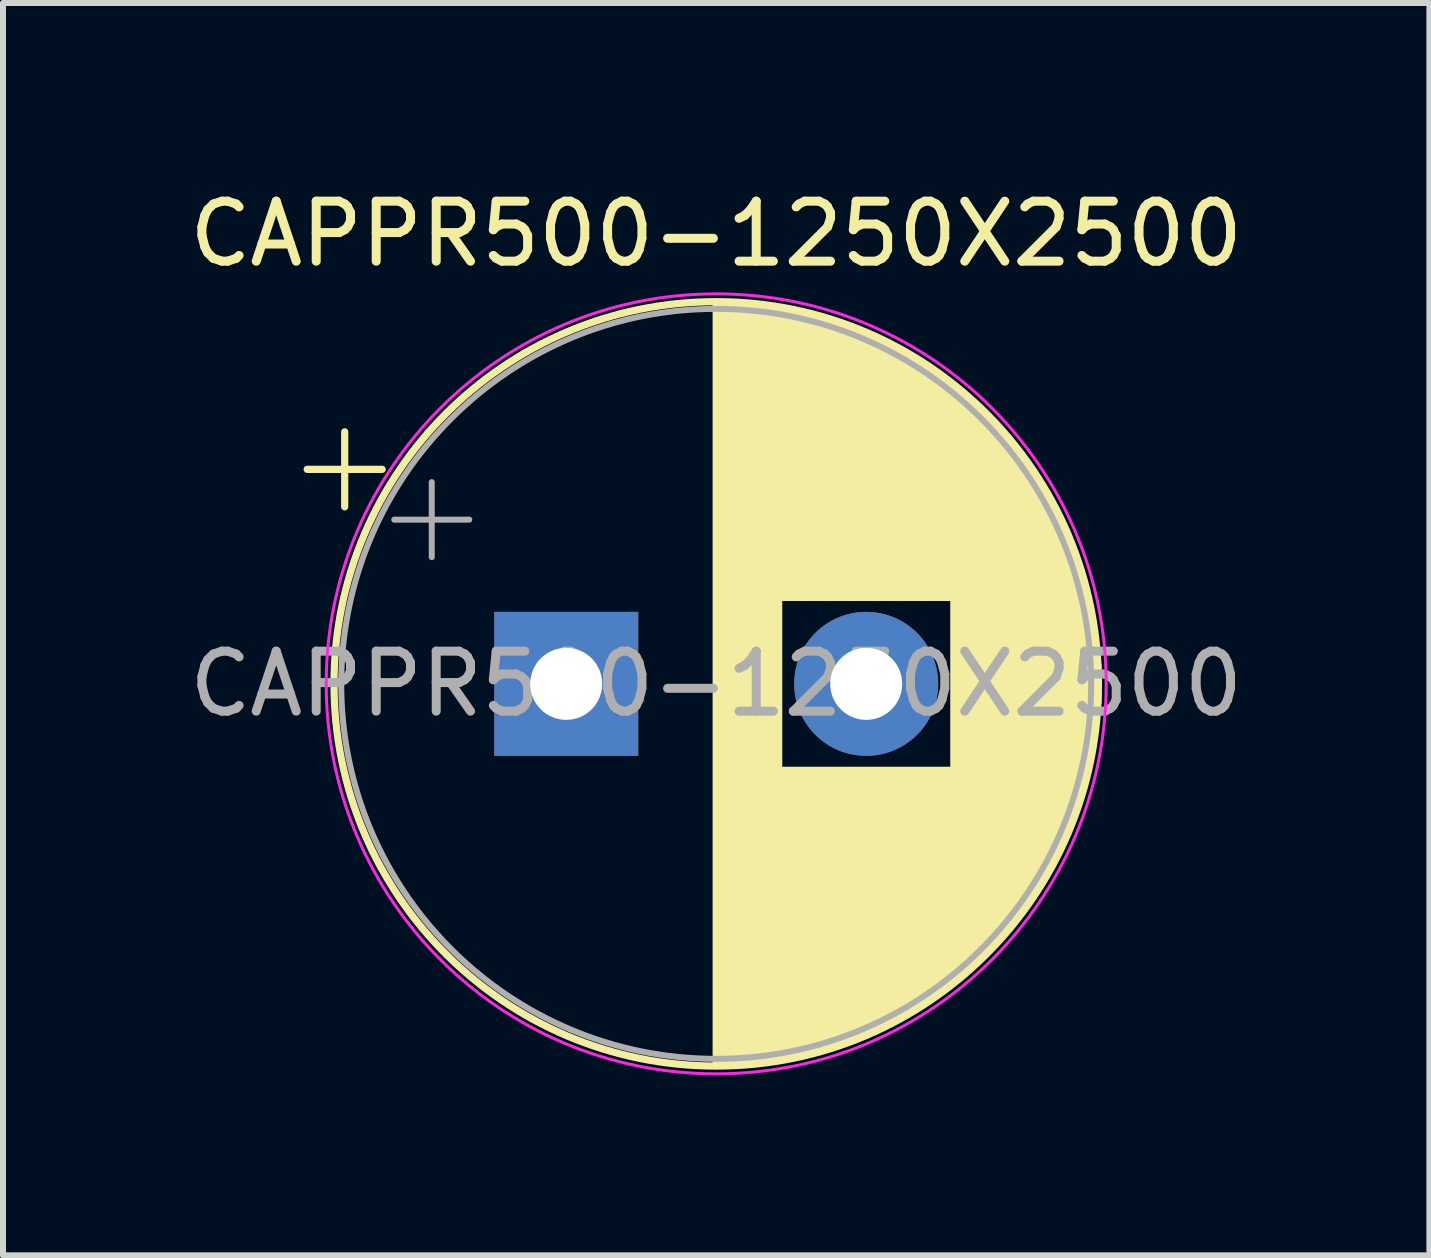
<source format=kicad_pcb>
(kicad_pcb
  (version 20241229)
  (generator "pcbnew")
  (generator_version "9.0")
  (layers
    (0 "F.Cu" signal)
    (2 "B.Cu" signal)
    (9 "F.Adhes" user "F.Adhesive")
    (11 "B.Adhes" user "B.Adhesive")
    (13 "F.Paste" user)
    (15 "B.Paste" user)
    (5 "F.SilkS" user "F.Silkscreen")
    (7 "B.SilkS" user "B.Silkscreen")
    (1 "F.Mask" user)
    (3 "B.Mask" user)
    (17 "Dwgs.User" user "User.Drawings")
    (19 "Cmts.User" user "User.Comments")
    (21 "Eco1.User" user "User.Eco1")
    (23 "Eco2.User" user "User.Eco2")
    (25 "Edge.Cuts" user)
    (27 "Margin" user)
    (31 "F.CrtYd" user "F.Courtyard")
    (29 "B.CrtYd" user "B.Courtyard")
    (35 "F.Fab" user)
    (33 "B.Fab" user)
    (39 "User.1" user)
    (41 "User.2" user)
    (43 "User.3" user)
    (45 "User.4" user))
  (footprint "CAPPR500-1250X2500"
    (layer "F.Cu")
    (at 6.387 8.348)
    (property "Reference" "CAPPR500-1250X2500" (at 2.5 -7.5 0) (layer "F.SilkS") (effects (font (size 1 1) (thickness 0.15))))
    (attr through_hole)
    (fp_line (start -4.317 -3.575) (end -3.067 -3.575) (stroke (width 0.12) (type solid)) (layer "F.SilkS"))
    (fp_line (start -3.692 -4.2) (end -3.692 -2.95) (stroke (width 0.12) (type solid)) (layer "F.SilkS"))
    (fp_line (start 2.5 -6.33) (end 2.5 6.33) (stroke (width 0.12) (type solid)) (layer "F.SilkS"))
    (fp_line (start 2.54 -6.33) (end 2.54 6.33) (stroke (width 0.12) (type solid)) (layer "F.SilkS"))
    (fp_line (start 2.58 -6.33) (end 2.58 6.33) (stroke (width 0.12) (type solid)) (layer "F.SilkS"))
    (fp_line (start 2.62 -6.329) (end 2.62 6.329) (stroke (width 0.12) (type solid)) (layer "F.SilkS"))
    (fp_line (start 2.66 -6.328) (end 2.66 6.328) (stroke (width 0.12) (type solid)) (layer "F.SilkS"))
    (fp_line (start 2.7 -6.327) (end 2.7 6.327) (stroke (width 0.12) (type solid)) (layer "F.SilkS"))
    (fp_line (start 2.74 -6.326) (end 2.74 6.326) (stroke (width 0.12) (type solid)) (layer "F.SilkS"))
    (fp_line (start 2.78 -6.324) (end 2.78 6.324) (stroke (width 0.12) (type solid)) (layer "F.SilkS"))
    (fp_line (start 2.82 -6.322) (end 2.82 6.322) (stroke (width 0.12) (type solid)) (layer "F.SilkS"))
    (fp_line (start 2.86 -6.32) (end 2.86 6.32) (stroke (width 0.12) (type solid)) (layer "F.SilkS"))
    (fp_line (start 2.9 -6.318) (end 2.9 6.318) (stroke (width 0.12) (type solid)) (layer "F.SilkS"))
    (fp_line (start 2.94 -6.315) (end 2.94 6.315) (stroke (width 0.12) (type solid)) (layer "F.SilkS"))
    (fp_line (start 2.98 -6.312) (end 2.98 6.312) (stroke (width 0.12) (type solid)) (layer "F.SilkS"))
    (fp_line (start 3.02 -6.309) (end 3.02 6.309) (stroke (width 0.12) (type solid)) (layer "F.SilkS"))
    (fp_line (start 3.06 -6.306) (end 3.06 6.306) (stroke (width 0.12) (type solid)) (layer "F.SilkS"))
    (fp_line (start 3.1 -6.302) (end 3.1 6.302) (stroke (width 0.12) (type solid)) (layer "F.SilkS"))
    (fp_line (start 3.14 -6.298) (end 3.14 6.298) (stroke (width 0.12) (type solid)) (layer "F.SilkS"))
    (fp_line (start 3.18 -6.294) (end 3.18 6.294) (stroke (width 0.12) (type solid)) (layer "F.SilkS"))
    (fp_line (start 3.221 -6.29) (end 3.221 6.29) (stroke (width 0.12) (type solid)) (layer "F.SilkS"))
    (fp_line (start 3.261 -6.285) (end 3.261 6.285) (stroke (width 0.12) (type solid)) (layer "F.SilkS"))
    (fp_line (start 3.301 -6.28) (end 3.301 6.28) (stroke (width 0.12) (type solid)) (layer "F.SilkS"))
    (fp_line (start 3.341 -6.275) (end 3.341 6.275) (stroke (width 0.12) (type solid)) (layer "F.SilkS"))
    (fp_line (start 3.381 -6.269) (end 3.381 6.269) (stroke (width 0.12) (type solid)) (layer "F.SilkS"))
    (fp_line (start 3.421 -6.264) (end 3.421 6.264) (stroke (width 0.12) (type solid)) (layer "F.SilkS"))
    (fp_line (start 3.461 -6.258) (end 3.461 6.258) (stroke (width 0.12) (type solid)) (layer "F.SilkS"))
    (fp_line (start 3.501 -6.252) (end 3.501 6.252) (stroke (width 0.12) (type solid)) (layer "F.SilkS"))
    (fp_line (start 3.541 -6.245) (end 3.541 6.245) (stroke (width 0.12) (type solid)) (layer "F.SilkS"))
    (fp_line (start 3.581 -6.238) (end 3.581 -1.44) (stroke (width 0.12) (type solid)) (layer "F.SilkS"))
    (fp_line (start 3.581 1.44) (end 3.581 6.238) (stroke (width 0.12) (type solid)) (layer "F.SilkS"))
    (fp_line (start 3.621 -6.231) (end 3.621 -1.44) (stroke (width 0.12) (type solid)) (layer "F.SilkS"))
    (fp_line (start 3.621 1.44) (end 3.621 6.231) (stroke (width 0.12) (type solid)) (layer "F.SilkS"))
    (fp_line (start 3.661 -6.224) (end 3.661 -1.44) (stroke (width 0.12) (type solid)) (layer "F.SilkS"))
    (fp_line (start 3.661 1.44) (end 3.661 6.224) (stroke (width 0.12) (type solid)) (layer "F.SilkS"))
    (fp_line (start 3.701 -6.216) (end 3.701 -1.44) (stroke (width 0.12) (type solid)) (layer "F.SilkS"))
    (fp_line (start 3.701 1.44) (end 3.701 6.216) (stroke (width 0.12) (type solid)) (layer "F.SilkS"))
    (fp_line (start 3.741 -6.209) (end 3.741 -1.44) (stroke (width 0.12) (type solid)) (layer "F.SilkS"))
    (fp_line (start 3.741 1.44) (end 3.741 6.209) (stroke (width 0.12) (type solid)) (layer "F.SilkS"))
    (fp_line (start 3.781 -6.201) (end 3.781 -1.44) (stroke (width 0.12) (type solid)) (layer "F.SilkS"))
    (fp_line (start 3.781 1.44) (end 3.781 6.201) (stroke (width 0.12) (type solid)) (layer "F.SilkS"))
    (fp_line (start 3.821 -6.192) (end 3.821 -1.44) (stroke (width 0.12) (type solid)) (layer "F.SilkS"))
    (fp_line (start 3.821 1.44) (end 3.821 6.192) (stroke (width 0.12) (type solid)) (layer "F.SilkS"))
    (fp_line (start 3.861 -6.184) (end 3.861 -1.44) (stroke (width 0.12) (type solid)) (layer "F.SilkS"))
    (fp_line (start 3.861 1.44) (end 3.861 6.184) (stroke (width 0.12) (type solid)) (layer "F.SilkS"))
    (fp_line (start 3.901 -6.175) (end 3.901 -1.44) (stroke (width 0.12) (type solid)) (layer "F.SilkS"))
    (fp_line (start 3.901 1.44) (end 3.901 6.175) (stroke (width 0.12) (type solid)) (layer "F.SilkS"))
    (fp_line (start 3.941 -6.166) (end 3.941 -1.44) (stroke (width 0.12) (type solid)) (layer "F.SilkS"))
    (fp_line (start 3.941 1.44) (end 3.941 6.166) (stroke (width 0.12) (type solid)) (layer "F.SilkS"))
    (fp_line (start 3.981 -6.156) (end 3.981 -1.44) (stroke (width 0.12) (type solid)) (layer "F.SilkS"))
    (fp_line (start 3.981 1.44) (end 3.981 6.156) (stroke (width 0.12) (type solid)) (layer "F.SilkS"))
    (fp_line (start 4.021 -6.146) (end 4.021 -1.44) (stroke (width 0.12) (type solid)) (layer "F.SilkS"))
    (fp_line (start 4.021 1.44) (end 4.021 6.146) (stroke (width 0.12) (type solid)) (layer "F.SilkS"))
    (fp_line (start 4.061 -6.137) (end 4.061 -1.44) (stroke (width 0.12) (type solid)) (layer "F.SilkS"))
    (fp_line (start 4.061 1.44) (end 4.061 6.137) (stroke (width 0.12) (type solid)) (layer "F.SilkS"))
    (fp_line (start 4.101 -6.126) (end 4.101 -1.44) (stroke (width 0.12) (type solid)) (layer "F.SilkS"))
    (fp_line (start 4.101 1.44) (end 4.101 6.126) (stroke (width 0.12) (type solid)) (layer "F.SilkS"))
    (fp_line (start 4.141 -6.116) (end 4.141 -1.44) (stroke (width 0.12) (type solid)) (layer "F.SilkS"))
    (fp_line (start 4.141 1.44) (end 4.141 6.116) (stroke (width 0.12) (type solid)) (layer "F.SilkS"))
    (fp_line (start 4.181 -6.105) (end 4.181 -1.44) (stroke (width 0.12) (type solid)) (layer "F.SilkS"))
    (fp_line (start 4.181 1.44) (end 4.181 6.105) (stroke (width 0.12) (type solid)) (layer "F.SilkS"))
    (fp_line (start 4.221 -6.094) (end 4.221 -1.44) (stroke (width 0.12) (type solid)) (layer "F.SilkS"))
    (fp_line (start 4.221 1.44) (end 4.221 6.094) (stroke (width 0.12) (type solid)) (layer "F.SilkS"))
    (fp_line (start 4.261 -6.083) (end 4.261 -1.44) (stroke (width 0.12) (type solid)) (layer "F.SilkS"))
    (fp_line (start 4.261 1.44) (end 4.261 6.083) (stroke (width 0.12) (type solid)) (layer "F.SilkS"))
    (fp_line (start 4.301 -6.071) (end 4.301 -1.44) (stroke (width 0.12) (type solid)) (layer "F.SilkS"))
    (fp_line (start 4.301 1.44) (end 4.301 6.071) (stroke (width 0.12) (type solid)) (layer "F.SilkS"))
    (fp_line (start 4.341 -6.059) (end 4.341 -1.44) (stroke (width 0.12) (type solid)) (layer "F.SilkS"))
    (fp_line (start 4.341 1.44) (end 4.341 6.059) (stroke (width 0.12) (type solid)) (layer "F.SilkS"))
    (fp_line (start 4.381 -6.047) (end 4.381 -1.44) (stroke (width 0.12) (type solid)) (layer "F.SilkS"))
    (fp_line (start 4.381 1.44) (end 4.381 6.047) (stroke (width 0.12) (type solid)) (layer "F.SilkS"))
    (fp_line (start 4.421 -6.034) (end 4.421 -1.44) (stroke (width 0.12) (type solid)) (layer "F.SilkS"))
    (fp_line (start 4.421 1.44) (end 4.421 6.034) (stroke (width 0.12) (type solid)) (layer "F.SilkS"))
    (fp_line (start 4.461 -6.021) (end 4.461 -1.44) (stroke (width 0.12) (type solid)) (layer "F.SilkS"))
    (fp_line (start 4.461 1.44) (end 4.461 6.021) (stroke (width 0.12) (type solid)) (layer "F.SilkS"))
    (fp_line (start 4.501 -6.008) (end 4.501 -1.44) (stroke (width 0.12) (type solid)) (layer "F.SilkS"))
    (fp_line (start 4.501 1.44) (end 4.501 6.008) (stroke (width 0.12) (type solid)) (layer "F.SilkS"))
    (fp_line (start 4.541 -5.995) (end 4.541 -1.44) (stroke (width 0.12) (type solid)) (layer "F.SilkS"))
    (fp_line (start 4.541 1.44) (end 4.541 5.995) (stroke (width 0.12) (type solid)) (layer "F.SilkS"))
    (fp_line (start 4.581 -5.981) (end 4.581 -1.44) (stroke (width 0.12) (type solid)) (layer "F.SilkS"))
    (fp_line (start 4.581 1.44) (end 4.581 5.981) (stroke (width 0.12) (type solid)) (layer "F.SilkS"))
    (fp_line (start 4.621 -5.967) (end 4.621 -1.44) (stroke (width 0.12) (type solid)) (layer "F.SilkS"))
    (fp_line (start 4.621 1.44) (end 4.621 5.967) (stroke (width 0.12) (type solid)) (layer "F.SilkS"))
    (fp_line (start 4.661 -5.953) (end 4.661 -1.44) (stroke (width 0.12) (type solid)) (layer "F.SilkS"))
    (fp_line (start 4.661 1.44) (end 4.661 5.953) (stroke (width 0.12) (type solid)) (layer "F.SilkS"))
    (fp_line (start 4.701 -5.939) (end 4.701 -1.44) (stroke (width 0.12) (type solid)) (layer "F.SilkS"))
    (fp_line (start 4.701 1.44) (end 4.701 5.939) (stroke (width 0.12) (type solid)) (layer "F.SilkS"))
    (fp_line (start 4.741 -5.924) (end 4.741 -1.44) (stroke (width 0.12) (type solid)) (layer "F.SilkS"))
    (fp_line (start 4.741 1.44) (end 4.741 5.924) (stroke (width 0.12) (type solid)) (layer "F.SilkS"))
    (fp_line (start 4.781 -5.908) (end 4.781 -1.44) (stroke (width 0.12) (type solid)) (layer "F.SilkS"))
    (fp_line (start 4.781 1.44) (end 4.781 5.908) (stroke (width 0.12) (type solid)) (layer "F.SilkS"))
    (fp_line (start 4.821 -5.893) (end 4.821 -1.44) (stroke (width 0.12) (type solid)) (layer "F.SilkS"))
    (fp_line (start 4.821 1.44) (end 4.821 5.893) (stroke (width 0.12) (type solid)) (layer "F.SilkS"))
    (fp_line (start 4.861 -5.877) (end 4.861 -1.44) (stroke (width 0.12) (type solid)) (layer "F.SilkS"))
    (fp_line (start 4.861 1.44) (end 4.861 5.877) (stroke (width 0.12) (type solid)) (layer "F.SilkS"))
    (fp_line (start 4.901 -5.861) (end 4.901 -1.44) (stroke (width 0.12) (type solid)) (layer "F.SilkS"))
    (fp_line (start 4.901 1.44) (end 4.901 5.861) (stroke (width 0.12) (type solid)) (layer "F.SilkS"))
    (fp_line (start 4.941 -5.845) (end 4.941 -1.44) (stroke (width 0.12) (type solid)) (layer "F.SilkS"))
    (fp_line (start 4.941 1.44) (end 4.941 5.845) (stroke (width 0.12) (type solid)) (layer "F.SilkS"))
    (fp_line (start 4.981 -5.828) (end 4.981 -1.44) (stroke (width 0.12) (type solid)) (layer "F.SilkS"))
    (fp_line (start 4.981 1.44) (end 4.981 5.828) (stroke (width 0.12) (type solid)) (layer "F.SilkS"))
    (fp_line (start 5.021 -5.811) (end 5.021 -1.44) (stroke (width 0.12) (type solid)) (layer "F.SilkS"))
    (fp_line (start 5.021 1.44) (end 5.021 5.811) (stroke (width 0.12) (type solid)) (layer "F.SilkS"))
    (fp_line (start 5.061 -5.793) (end 5.061 -1.44) (stroke (width 0.12) (type solid)) (layer "F.SilkS"))
    (fp_line (start 5.061 1.44) (end 5.061 5.793) (stroke (width 0.12) (type solid)) (layer "F.SilkS"))
    (fp_line (start 5.101 -5.776) (end 5.101 -1.44) (stroke (width 0.12) (type solid)) (layer "F.SilkS"))
    (fp_line (start 5.101 1.44) (end 5.101 5.776) (stroke (width 0.12) (type solid)) (layer "F.SilkS"))
    (fp_line (start 5.141 -5.758) (end 5.141 -1.44) (stroke (width 0.12) (type solid)) (layer "F.SilkS"))
    (fp_line (start 5.141 1.44) (end 5.141 5.758) (stroke (width 0.12) (type solid)) (layer "F.SilkS"))
    (fp_line (start 5.181 -5.739) (end 5.181 -1.44) (stroke (width 0.12) (type solid)) (layer "F.SilkS"))
    (fp_line (start 5.181 1.44) (end 5.181 5.739) (stroke (width 0.12) (type solid)) (layer "F.SilkS"))
    (fp_line (start 5.221 -5.721) (end 5.221 -1.44) (stroke (width 0.12) (type solid)) (layer "F.SilkS"))
    (fp_line (start 5.221 1.44) (end 5.221 5.721) (stroke (width 0.12) (type solid)) (layer "F.SilkS"))
    (fp_line (start 5.261 -5.702) (end 5.261 -1.44) (stroke (width 0.12) (type solid)) (layer "F.SilkS"))
    (fp_line (start 5.261 1.44) (end 5.261 5.702) (stroke (width 0.12) (type solid)) (layer "F.SilkS"))
    (fp_line (start 5.301 -5.682) (end 5.301 -1.44) (stroke (width 0.12) (type solid)) (layer "F.SilkS"))
    (fp_line (start 5.301 1.44) (end 5.301 5.682) (stroke (width 0.12) (type solid)) (layer "F.SilkS"))
    (fp_line (start 5.341 -5.662) (end 5.341 -1.44) (stroke (width 0.12) (type solid)) (layer "F.SilkS"))
    (fp_line (start 5.341 1.44) (end 5.341 5.662) (stroke (width 0.12) (type solid)) (layer "F.SilkS"))
    (fp_line (start 5.381 -5.642) (end 5.381 -1.44) (stroke (width 0.12) (type solid)) (layer "F.SilkS"))
    (fp_line (start 5.381 1.44) (end 5.381 5.642) (stroke (width 0.12) (type solid)) (layer "F.SilkS"))
    (fp_line (start 5.421 -5.622) (end 5.421 -1.44) (stroke (width 0.12) (type solid)) (layer "F.SilkS"))
    (fp_line (start 5.421 1.44) (end 5.421 5.622) (stroke (width 0.12) (type solid)) (layer "F.SilkS"))
    (fp_line (start 5.461 -5.601) (end 5.461 -1.44) (stroke (width 0.12) (type solid)) (layer "F.SilkS"))
    (fp_line (start 5.461 1.44) (end 5.461 5.601) (stroke (width 0.12) (type solid)) (layer "F.SilkS"))
    (fp_line (start 5.501 -5.58) (end 5.501 -1.44) (stroke (width 0.12) (type solid)) (layer "F.SilkS"))
    (fp_line (start 5.501 1.44) (end 5.501 5.58) (stroke (width 0.12) (type solid)) (layer "F.SilkS"))
    (fp_line (start 5.541 -5.558) (end 5.541 -1.44) (stroke (width 0.12) (type solid)) (layer "F.SilkS"))
    (fp_line (start 5.541 1.44) (end 5.541 5.558) (stroke (width 0.12) (type solid)) (layer "F.SilkS"))
    (fp_line (start 5.581 -5.536) (end 5.581 -1.44) (stroke (width 0.12) (type solid)) (layer "F.SilkS"))
    (fp_line (start 5.581 1.44) (end 5.581 5.536) (stroke (width 0.12) (type solid)) (layer "F.SilkS"))
    (fp_line (start 5.621 -5.514) (end 5.621 -1.44) (stroke (width 0.12) (type solid)) (layer "F.SilkS"))
    (fp_line (start 5.621 1.44) (end 5.621 5.514) (stroke (width 0.12) (type solid)) (layer "F.SilkS"))
    (fp_line (start 5.661 -5.491) (end 5.661 -1.44) (stroke (width 0.12) (type solid)) (layer "F.SilkS"))
    (fp_line (start 5.661 1.44) (end 5.661 5.491) (stroke (width 0.12) (type solid)) (layer "F.SilkS"))
    (fp_line (start 5.701 -5.468) (end 5.701 -1.44) (stroke (width 0.12) (type solid)) (layer "F.SilkS"))
    (fp_line (start 5.701 1.44) (end 5.701 5.468) (stroke (width 0.12) (type solid)) (layer "F.SilkS"))
    (fp_line (start 5.741 -5.445) (end 5.741 -1.44) (stroke (width 0.12) (type solid)) (layer "F.SilkS"))
    (fp_line (start 5.741 1.44) (end 5.741 5.445) (stroke (width 0.12) (type solid)) (layer "F.SilkS"))
    (fp_line (start 5.781 -5.421) (end 5.781 -1.44) (stroke (width 0.12) (type solid)) (layer "F.SilkS"))
    (fp_line (start 5.781 1.44) (end 5.781 5.421) (stroke (width 0.12) (type solid)) (layer "F.SilkS"))
    (fp_line (start 5.821 -5.397) (end 5.821 -1.44) (stroke (width 0.12) (type solid)) (layer "F.SilkS"))
    (fp_line (start 5.821 1.44) (end 5.821 5.397) (stroke (width 0.12) (type solid)) (layer "F.SilkS"))
    (fp_line (start 5.861 -5.372) (end 5.861 -1.44) (stroke (width 0.12) (type solid)) (layer "F.SilkS"))
    (fp_line (start 5.861 1.44) (end 5.861 5.372) (stroke (width 0.12) (type solid)) (layer "F.SilkS"))
    (fp_line (start 5.901 -5.347) (end 5.901 -1.44) (stroke (width 0.12) (type solid)) (layer "F.SilkS"))
    (fp_line (start 5.901 1.44) (end 5.901 5.347) (stroke (width 0.12) (type solid)) (layer "F.SilkS"))
    (fp_line (start 5.941 -5.322) (end 5.941 -1.44) (stroke (width 0.12) (type solid)) (layer "F.SilkS"))
    (fp_line (start 5.941 1.44) (end 5.941 5.322) (stroke (width 0.12) (type solid)) (layer "F.SilkS"))
    (fp_line (start 5.981 -5.296) (end 5.981 -1.44) (stroke (width 0.12) (type solid)) (layer "F.SilkS"))
    (fp_line (start 5.981 1.44) (end 5.981 5.296) (stroke (width 0.12) (type solid)) (layer "F.SilkS"))
    (fp_line (start 6.021 -5.27) (end 6.021 -1.44) (stroke (width 0.12) (type solid)) (layer "F.SilkS"))
    (fp_line (start 6.021 1.44) (end 6.021 5.27) (stroke (width 0.12) (type solid)) (layer "F.SilkS"))
    (fp_line (start 6.061 -5.243) (end 6.061 -1.44) (stroke (width 0.12) (type solid)) (layer "F.SilkS"))
    (fp_line (start 6.061 1.44) (end 6.061 5.243) (stroke (width 0.12) (type solid)) (layer "F.SilkS"))
    (fp_line (start 6.101 -5.216) (end 6.101 -1.44) (stroke (width 0.12) (type solid)) (layer "F.SilkS"))
    (fp_line (start 6.101 1.44) (end 6.101 5.216) (stroke (width 0.12) (type solid)) (layer "F.SilkS"))
    (fp_line (start 6.141 -5.188) (end 6.141 -1.44) (stroke (width 0.12) (type solid)) (layer "F.SilkS"))
    (fp_line (start 6.141 1.44) (end 6.141 5.188) (stroke (width 0.12) (type solid)) (layer "F.SilkS"))
    (fp_line (start 6.181 -5.16) (end 6.181 -1.44) (stroke (width 0.12) (type solid)) (layer "F.SilkS"))
    (fp_line (start 6.181 1.44) (end 6.181 5.16) (stroke (width 0.12) (type solid)) (layer "F.SilkS"))
    (fp_line (start 6.221 -5.131) (end 6.221 -1.44) (stroke (width 0.12) (type solid)) (layer "F.SilkS"))
    (fp_line (start 6.221 1.44) (end 6.221 5.131) (stroke (width 0.12) (type solid)) (layer "F.SilkS"))
    (fp_line (start 6.261 -5.102) (end 6.261 -1.44) (stroke (width 0.12) (type solid)) (layer "F.SilkS"))
    (fp_line (start 6.261 1.44) (end 6.261 5.102) (stroke (width 0.12) (type solid)) (layer "F.SilkS"))
    (fp_line (start 6.301 -5.073) (end 6.301 -1.44) (stroke (width 0.12) (type solid)) (layer "F.SilkS"))
    (fp_line (start 6.301 1.44) (end 6.301 5.073) (stroke (width 0.12) (type solid)) (layer "F.SilkS"))
    (fp_line (start 6.341 -5.043) (end 6.341 -1.44) (stroke (width 0.12) (type solid)) (layer "F.SilkS"))
    (fp_line (start 6.341 1.44) (end 6.341 5.043) (stroke (width 0.12) (type solid)) (layer "F.SilkS"))
    (fp_line (start 6.381 -5.012) (end 6.381 -1.44) (stroke (width 0.12) (type solid)) (layer "F.SilkS"))
    (fp_line (start 6.381 1.44) (end 6.381 5.012) (stroke (width 0.12) (type solid)) (layer "F.SilkS"))
    (fp_line (start 6.421 -4.982) (end 6.421 -1.44) (stroke (width 0.12) (type solid)) (layer "F.SilkS"))
    (fp_line (start 6.421 1.44) (end 6.421 4.982) (stroke (width 0.12) (type solid)) (layer "F.SilkS"))
    (fp_line (start 6.461 -4.95) (end 6.461 4.95) (stroke (width 0.12) (type solid)) (layer "F.SilkS"))
    (fp_line (start 6.501 -4.918) (end 6.501 4.918) (stroke (width 0.12) (type solid)) (layer "F.SilkS"))
    (fp_line (start 6.541 -4.885) (end 6.541 4.885) (stroke (width 0.12) (type solid)) (layer "F.SilkS"))
    (fp_line (start 6.581 -4.852) (end 6.581 4.852) (stroke (width 0.12) (type solid)) (layer "F.SilkS"))
    (fp_line (start 6.621 -4.819) (end 6.621 4.819) (stroke (width 0.12) (type solid)) (layer "F.SilkS"))
    (fp_line (start 6.661 -4.785) (end 6.661 4.785) (stroke (width 0.12) (type solid)) (layer "F.SilkS"))
    (fp_line (start 6.701 -4.75) (end 6.701 4.75) (stroke (width 0.12) (type solid)) (layer "F.SilkS"))
    (fp_line (start 6.741 -4.714) (end 6.741 4.714) (stroke (width 0.12) (type solid)) (layer "F.SilkS"))
    (fp_line (start 6.781 -4.678) (end 6.781 4.678) (stroke (width 0.12) (type solid)) (layer "F.SilkS"))
    (fp_line (start 6.821 -4.642) (end 6.821 4.642) (stroke (width 0.12) (type solid)) (layer "F.SilkS"))
    (fp_line (start 6.861 -4.605) (end 6.861 4.605) (stroke (width 0.12) (type solid)) (layer "F.SilkS"))
    (fp_line (start 6.901 -4.567) (end 6.901 4.567) (stroke (width 0.12) (type solid)) (layer "F.SilkS"))
    (fp_line (start 6.941 -4.528) (end 6.941 4.528) (stroke (width 0.12) (type solid)) (layer "F.SilkS"))
    (fp_line (start 6.981 -4.489) (end 6.981 4.489) (stroke (width 0.12) (type solid)) (layer "F.SilkS"))
    (fp_line (start 7.021 -4.449) (end 7.021 4.449) (stroke (width 0.12) (type solid)) (layer "F.SilkS"))
    (fp_line (start 7.061 -4.408) (end 7.061 4.408) (stroke (width 0.12) (type solid)) (layer "F.SilkS"))
    (fp_line (start 7.101 -4.367) (end 7.101 4.367) (stroke (width 0.12) (type solid)) (layer "F.SilkS"))
    (fp_line (start 7.141 -4.325) (end 7.141 4.325) (stroke (width 0.12) (type solid)) (layer "F.SilkS"))
    (fp_line (start 7.181 -4.282) (end 7.181 4.282) (stroke (width 0.12) (type solid)) (layer "F.SilkS"))
    (fp_line (start 7.221 -4.238) (end 7.221 4.238) (stroke (width 0.12) (type solid)) (layer "F.SilkS"))
    (fp_line (start 7.261 -4.194) (end 7.261 4.194) (stroke (width 0.12) (type solid)) (layer "F.SilkS"))
    (fp_line (start 7.301 -4.148) (end 7.301 4.148) (stroke (width 0.12) (type solid)) (layer "F.SilkS"))
    (fp_line (start 7.341 -4.102) (end 7.341 4.102) (stroke (width 0.12) (type solid)) (layer "F.SilkS"))
    (fp_line (start 7.381 -4.055) (end 7.381 4.055) (stroke (width 0.12) (type solid)) (layer "F.SilkS"))
    (fp_line (start 7.421 -4.007) (end 7.421 4.007) (stroke (width 0.12) (type solid)) (layer "F.SilkS"))
    (fp_line (start 7.461 -3.957) (end 7.461 3.957) (stroke (width 0.12) (type solid)) (layer "F.SilkS"))
    (fp_line (start 7.501 -3.907) (end 7.501 3.907) (stroke (width 0.12) (type solid)) (layer "F.SilkS"))
    (fp_line (start 7.541 -3.856) (end 7.541 3.856) (stroke (width 0.12) (type solid)) (layer "F.SilkS"))
    (fp_line (start 7.581 -3.804) (end 7.581 3.804) (stroke (width 0.12) (type solid)) (layer "F.SilkS"))
    (fp_line (start 7.621 -3.75) (end 7.621 3.75) (stroke (width 0.12) (type solid)) (layer "F.SilkS"))
    (fp_line (start 7.661 -3.696) (end 7.661 3.696) (stroke (width 0.12) (type solid)) (layer "F.SilkS"))
    (fp_line (start 7.701 -3.64) (end 7.701 3.64) (stroke (width 0.12) (type solid)) (layer "F.SilkS"))
    (fp_line (start 7.741 -3.583) (end 7.741 3.583) (stroke (width 0.12) (type solid)) (layer "F.SilkS"))
    (fp_line (start 7.781 -3.524) (end 7.781 3.524) (stroke (width 0.12) (type solid)) (layer "F.SilkS"))
    (fp_line (start 7.821 -3.464) (end 7.821 3.464) (stroke (width 0.12) (type solid)) (layer "F.SilkS"))
    (fp_line (start 7.861 -3.402) (end 7.861 3.402) (stroke (width 0.12) (type solid)) (layer "F.SilkS"))
    (fp_line (start 7.901 -3.339) (end 7.901 3.339) (stroke (width 0.12) (type solid)) (layer "F.SilkS"))
    (fp_line (start 7.941 -3.275) (end 7.941 3.275) (stroke (width 0.12) (type solid)) (layer "F.SilkS"))
    (fp_line (start 7.981 -3.208) (end 7.981 3.208) (stroke (width 0.12) (type solid)) (layer "F.SilkS"))
    (fp_line (start 8.021 -3.14) (end 8.021 3.14) (stroke (width 0.12) (type solid)) (layer "F.SilkS"))
    (fp_line (start 8.061 -3.069) (end 8.061 3.069) (stroke (width 0.12) (type solid)) (layer "F.SilkS"))
    (fp_line (start 8.101 -2.996) (end 8.101 2.996) (stroke (width 0.12) (type solid)) (layer "F.SilkS"))
    (fp_line (start 8.141 -2.921) (end 8.141 2.921) (stroke (width 0.12) (type solid)) (layer "F.SilkS"))
    (fp_line (start 8.181 -2.844) (end 8.181 2.844) (stroke (width 0.12) (type solid)) (layer "F.SilkS"))
    (fp_line (start 8.221 -2.764) (end 8.221 2.764) (stroke (width 0.12) (type solid)) (layer "F.SilkS"))
    (fp_line (start 8.261 -2.681) (end 8.261 2.681) (stroke (width 0.12) (type solid)) (layer "F.SilkS"))
    (fp_line (start 8.301 -2.594) (end 8.301 2.594) (stroke (width 0.12) (type solid)) (layer "F.SilkS"))
    (fp_line (start 8.341 -2.504) (end 8.341 2.504) (stroke (width 0.12) (type solid)) (layer "F.SilkS"))
    (fp_line (start 8.381 -2.41) (end 8.381 2.41) (stroke (width 0.12) (type solid)) (layer "F.SilkS"))
    (fp_line (start 8.421 -2.312) (end 8.421 2.312) (stroke (width 0.12) (type solid)) (layer "F.SilkS"))
    (fp_line (start 8.461 -2.209) (end 8.461 2.209) (stroke (width 0.12) (type solid)) (layer "F.SilkS"))
    (fp_line (start 8.501 -2.1) (end 8.501 2.1) (stroke (width 0.12) (type solid)) (layer "F.SilkS"))
    (fp_line (start 8.541 -1.984) (end 8.541 1.984) (stroke (width 0.12) (type solid)) (layer "F.SilkS"))
    (fp_line (start 8.581 -1.861) (end 8.581 1.861) (stroke (width 0.12) (type solid)) (layer "F.SilkS"))
    (fp_line (start 8.621 -1.728) (end 8.621 1.728) (stroke (width 0.12) (type solid)) (layer "F.SilkS"))
    (fp_line (start 8.661 -1.583) (end 8.661 1.583) (stroke (width 0.12) (type solid)) (layer "F.SilkS"))
    (fp_line (start 8.701 -1.422) (end 8.701 1.422) (stroke (width 0.12) (type solid)) (layer "F.SilkS"))
    (fp_line (start 8.741 -1.241) (end 8.741 1.241) (stroke (width 0.12) (type solid)) (layer "F.SilkS"))
    (fp_line (start 8.781 -1.028) (end 8.781 1.028) (stroke (width 0.12) (type solid)) (layer "F.SilkS"))
    (fp_line (start 8.821 -0.757) (end 8.821 0.757) (stroke (width 0.12) (type solid)) (layer "F.SilkS"))
    (fp_line (start 8.861 -0.317) (end 8.861 0.317) (stroke (width 0.12) (type solid)) (layer "F.SilkS"))
    (fp_circle (center 2.5 0) (end 8.87 0) (stroke (width 0.12) (type solid)) (fill no) (layer "F.SilkS"))
    (fp_circle (center 2.5 0) (end 9 0) (stroke (width 0.05) (type solid)) (fill no) (layer "F.CrtYd"))
    (fp_line (start -2.866 -2.737) (end -1.616 -2.737) (stroke (width 0.1) (type solid)) (layer "F.Fab"))
    (fp_line (start -2.241 -3.362) (end -2.241 -2.112) (stroke (width 0.1) (type solid)) (layer "F.Fab"))
    (fp_circle (center 2.5 0) (end 8.75 0) (stroke (width 0.1) (type solid)) (fill no) (layer "F.Fab"))
    (fp_text user "${REFERENCE}" (at 2.5 0 0) (layer "F.Fab") (effects (font (size 1 1) (thickness 0.15))))
    (pad "1" thru_hole rect (at 0 0) (size 2.4 2.4) (drill 1.2) (layers "*.Cu" "*.Mask"))
    (pad "2" thru_hole circle (at 5 0) (size 2.4 2.4) (drill 1.2) (layers "*.Cu" "*.Mask")))
  (gr_rect
    (start -3 -3)
    (end 20.774 17.873)
    (stroke (width 0.1) (type default))
    (fill no)
    (layer "Edge.Cuts")))
</source>
